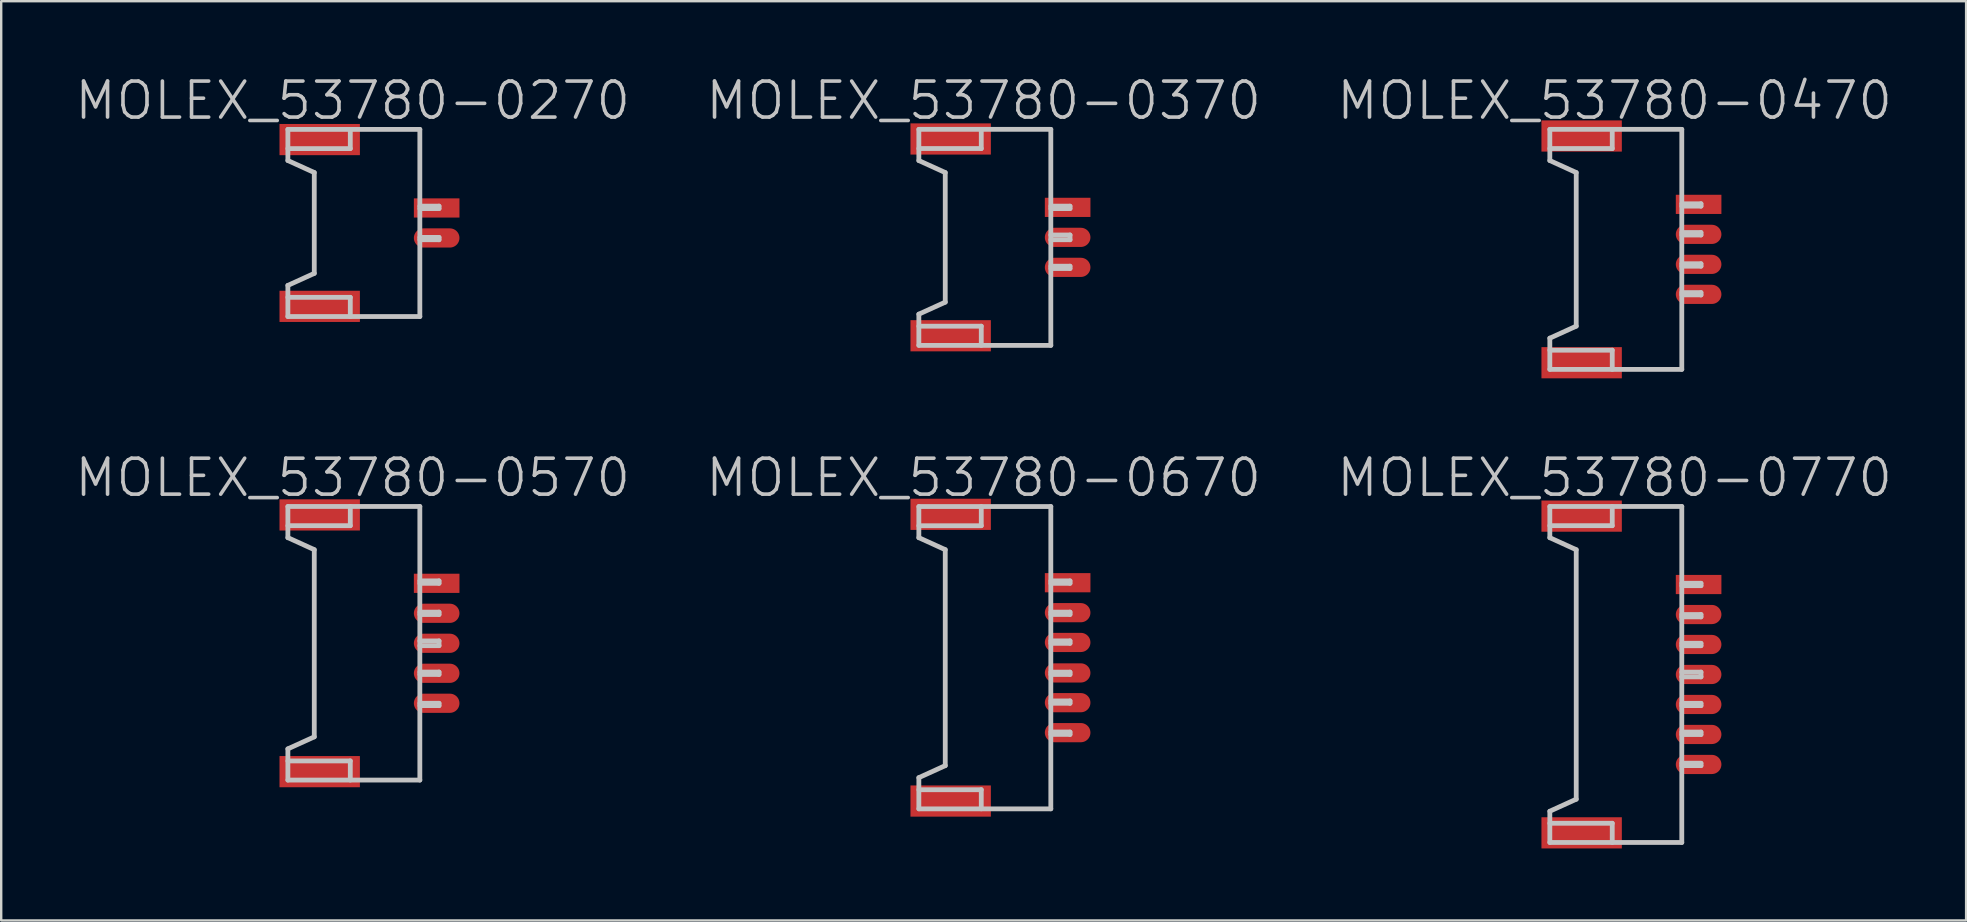
<source format=kicad_pcb>
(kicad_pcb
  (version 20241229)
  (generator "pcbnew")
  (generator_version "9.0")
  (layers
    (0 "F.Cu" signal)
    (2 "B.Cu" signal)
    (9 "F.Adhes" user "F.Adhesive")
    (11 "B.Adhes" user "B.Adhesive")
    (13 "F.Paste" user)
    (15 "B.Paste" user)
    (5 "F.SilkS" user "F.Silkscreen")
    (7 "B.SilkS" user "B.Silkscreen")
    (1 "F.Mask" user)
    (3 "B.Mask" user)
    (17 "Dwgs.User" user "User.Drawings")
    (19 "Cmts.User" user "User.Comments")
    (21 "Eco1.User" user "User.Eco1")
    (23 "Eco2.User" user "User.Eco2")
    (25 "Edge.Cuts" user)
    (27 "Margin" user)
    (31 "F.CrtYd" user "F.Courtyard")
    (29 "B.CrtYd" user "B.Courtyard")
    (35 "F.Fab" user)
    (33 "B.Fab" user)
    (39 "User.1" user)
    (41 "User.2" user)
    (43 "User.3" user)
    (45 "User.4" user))
  (footprint "MOLEX_53780-0570"
    (layer "F.Cu")
    (at 11.646 23.756)
    (property "Reference" "MOLEX_53780-0570" (at 0 -6.9 180) (layer "Dwgs.User") (effects (font (size 1.5 1.5) (thickness 0.15))))
    (attr smd)
    (fp_line (start -2.7 -4.402) (end -1.6 -3.901) (stroke (width 0.2) (type solid)) (layer "Dwgs.User"))
    (fp_line (start -2.7 -4.399) (end -2.7 -5.697) (stroke (width 0.2) (type solid)) (layer "Dwgs.User"))
    (fp_line (start -2.7 4.402) (end -2.7 5.7) (stroke (width 0.2) (type solid)) (layer "Dwgs.User"))
    (fp_line (start -1.6 3.899) (end -2.7 4.399) (stroke (width 0.2) (type solid)) (layer "Dwgs.User"))
    (fp_line (start -1.6 3.899) (end -1.6 -3.899) (stroke (width 0.2) (type solid)) (layer "Dwgs.User"))
    (fp_line (start -0.099 -5.7) (end -0.099 -4.9) (stroke (width 0.2) (type solid)) (layer "Dwgs.User"))
    (fp_line (start -0.099 -4.9) (end -2.7 -4.9) (stroke (width 0.2) (type solid)) (layer "Dwgs.User"))
    (fp_line (start -0.099 4.902) (end -2.7 4.902) (stroke (width 0.2) (type solid)) (layer "Dwgs.User"))
    (fp_line (start -0.099 5.7) (end -0.099 4.9) (stroke (width 0.2) (type solid)) (layer "Dwgs.User"))
    (fp_line (start 2.799 -5.7) (end -2.7 -5.7) (stroke (width 0.2) (type solid)) (layer "Dwgs.User"))
    (fp_line (start 2.799 -5.7) (end 2.799 5.7) (stroke (width 0.2) (type solid)) (layer "Dwgs.User"))
    (fp_line (start 2.799 -2.601) (end 3.599 -2.601) (stroke (width 0.2) (type solid)) (layer "Dwgs.User"))
    (fp_line (start 2.799 -1.298) (end 3.599 -1.298) (stroke (width 0.2) (type solid)) (layer "Dwgs.User"))
    (fp_line (start 2.799 1.3) (end 3.599 1.3) (stroke (width 0.2) (type solid)) (layer "Dwgs.User"))
    (fp_line (start 2.799 2.499) (end 3.599 2.499) (stroke (width 0.2) (type solid)) (layer "Dwgs.User"))
    (fp_line (start 2.799 5.7) (end -2.7 5.7) (stroke (width 0.2) (type solid)) (layer "Dwgs.User"))
    (fp_line (start 3.599 -2.601) (end 3.599 -2.499) (stroke (width 0.2) (type solid)) (layer "Dwgs.User"))
    (fp_line (start 3.599 -2.499) (end 2.799 -2.499) (stroke (width 0.2) (type solid)) (layer "Dwgs.User"))
    (fp_line (start 3.599 -1.3) (end 3.599 -1.199) (stroke (width 0.2) (type solid)) (layer "Dwgs.User"))
    (fp_line (start 3.599 -1.199) (end 2.799 -1.199) (stroke (width 0.2) (type solid)) (layer "Dwgs.User"))
    (fp_line (start 3.599 -0.099) (end 2.799 -0.099) (stroke (width 0.2) (type solid)) (layer "Dwgs.User"))
    (fp_line (start 3.599 -0.099) (end 3.599 0.099) (stroke (width 0.2) (type solid)) (layer "Dwgs.User"))
    (fp_line (start 3.599 0.099) (end 2.799 0.099) (stroke (width 0.2) (type solid)) (layer "Dwgs.User"))
    (fp_line (start 3.599 1.199) (end 2.799 1.199) (stroke (width 0.2) (type solid)) (layer "Dwgs.User"))
    (fp_line (start 3.599 1.3) (end 3.599 1.199) (stroke (width 0.2) (type solid)) (layer "Dwgs.User"))
    (fp_line (start 3.599 2.502) (end 3.599 2.601) (stroke (width 0.2) (type solid)) (layer "Dwgs.User"))
    (fp_line (start 3.599 2.598) (end 2.799 2.598) (stroke (width 0.2) (type solid)) (layer "Dwgs.User"))
    (pad "" smd rect (at -1.374 -5.349 270) (size 1.3 3.35) (layers "F.Cu" "F.Mask" "F.Paste"))
    (pad "" smd rect (at -1.374 5.349 270) (size 1.3 3.35) (layers "F.Cu" "F.Mask" "F.Paste"))
    (pad "1" smd rect (at 3.5 -2.499 270) (size 0.8 1.9) (layers "F.Cu" "F.Mask" "F.Paste"))
    (pad "2" smd oval (at 3.5 -1.25 270) (size 0.8 1.9) (layers "F.Cu" "F.Mask" "F.Paste"))
    (pad "3" smd oval (at 3.5 0 270) (size 0.8 1.9) (layers "F.Cu" "F.Mask" "F.Paste"))
    (pad "4" smd oval (at 3.5 1.25 270) (size 0.8 1.9) (layers "F.Cu" "F.Mask" "F.Paste"))
    (pad "5" smd oval (at 3.5 2.499 270) (size 0.8 1.9) (layers "F.Cu" "F.Mask" "F.Paste")))
  (footprint "MOLEX_53780-0770"
    (layer "F.Cu")
    (at 64.232 25.056)
    (property "Reference" "MOLEX_53780-0770" (at 0 -8.2 180) (layer "Dwgs.User") (effects (font (size 1.5 1.5) (thickness 0.15))))
    (attr smd)
    (fp_line (start -2.7 -5.7) (end -2.7 -6.998) (stroke (width 0.2) (type solid)) (layer "Dwgs.User"))
    (fp_line (start -2.7 -5.7) (end -1.6 -5.199) (stroke (width 0.2) (type solid)) (layer "Dwgs.User"))
    (fp_line (start -2.7 5.702) (end -2.7 7) (stroke (width 0.2) (type solid)) (layer "Dwgs.User"))
    (fp_line (start -1.6 -5.199) (end -1.6 5.199) (stroke (width 0.2) (type solid)) (layer "Dwgs.User"))
    (fp_line (start -1.6 5.197) (end -2.7 5.697) (stroke (width 0.2) (type solid)) (layer "Dwgs.User"))
    (fp_line (start -0.099 -7) (end -0.099 -6.2) (stroke (width 0.2) (type solid)) (layer "Dwgs.User"))
    (fp_line (start -0.099 -6.2) (end -2.7 -6.2) (stroke (width 0.2) (type solid)) (layer "Dwgs.User"))
    (fp_line (start -0.099 6.2) (end -2.7 6.2) (stroke (width 0.2) (type solid)) (layer "Dwgs.User"))
    (fp_line (start -0.099 7) (end -0.099 6.2) (stroke (width 0.2) (type solid)) (layer "Dwgs.User"))
    (fp_line (start 2.799 -7) (end -2.7 -7) (stroke (width 0.2) (type solid)) (layer "Dwgs.User"))
    (fp_line (start 2.799 -7) (end 2.799 7) (stroke (width 0.2) (type solid)) (layer "Dwgs.User"))
    (fp_line (start 2.799 -3.8) (end 3.599 -3.8) (stroke (width 0.2) (type solid)) (layer "Dwgs.User"))
    (fp_line (start 2.799 -2.497) (end 3.599 -2.497) (stroke (width 0.2) (type solid)) (layer "Dwgs.User"))
    (fp_line (start 2.799 -0.099) (end 3.599 -0.099) (stroke (width 0.2) (type solid)) (layer "Dwgs.User"))
    (fp_line (start 2.799 1.201) (end 3.599 1.201) (stroke (width 0.2) (type solid)) (layer "Dwgs.User"))
    (fp_line (start 2.799 2.502) (end 3.599 2.502) (stroke (width 0.2) (type solid)) (layer "Dwgs.User"))
    (fp_line (start 2.799 3.797) (end 3.599 3.797) (stroke (width 0.2) (type solid)) (layer "Dwgs.User"))
    (fp_line (start 2.799 7) (end -2.7 7) (stroke (width 0.2) (type solid)) (layer "Dwgs.User"))
    (fp_line (start 3.599 -3.802) (end 3.599 -3.701) (stroke (width 0.2) (type solid)) (layer "Dwgs.User"))
    (fp_line (start 3.599 -3.701) (end 2.799 -3.701) (stroke (width 0.2) (type solid)) (layer "Dwgs.User"))
    (fp_line (start 3.599 -2.502) (end 3.599 -2.4) (stroke (width 0.2) (type solid)) (layer "Dwgs.User"))
    (fp_line (start 3.599 -2.4) (end 2.799 -2.4) (stroke (width 0.2) (type solid)) (layer "Dwgs.User"))
    (fp_line (start 3.599 -1.3) (end 2.799 -1.3) (stroke (width 0.2) (type solid)) (layer "Dwgs.User"))
    (fp_line (start 3.599 -1.199) (end 2.799 -1.199) (stroke (width 0.2) (type solid)) (layer "Dwgs.User"))
    (fp_line (start 3.599 -1.199) (end 3.599 -1.3) (stroke (width 0.2) (type solid)) (layer "Dwgs.User"))
    (fp_line (start 3.599 -0.099) (end 3.599 0.099) (stroke (width 0.2) (type solid)) (layer "Dwgs.User"))
    (fp_line (start 3.599 0.099) (end 2.799 0.099) (stroke (width 0.2) (type solid)) (layer "Dwgs.User"))
    (fp_line (start 3.599 1.201) (end 3.599 1.3) (stroke (width 0.2) (type solid)) (layer "Dwgs.User"))
    (fp_line (start 3.599 1.298) (end 2.799 1.298) (stroke (width 0.2) (type solid)) (layer "Dwgs.User"))
    (fp_line (start 3.599 2.4) (end 2.799 2.4) (stroke (width 0.2) (type solid)) (layer "Dwgs.User"))
    (fp_line (start 3.599 2.502) (end 3.599 2.4) (stroke (width 0.2) (type solid)) (layer "Dwgs.User"))
    (fp_line (start 3.599 3.698) (end 2.799 3.698) (stroke (width 0.2) (type solid)) (layer "Dwgs.User"))
    (fp_line (start 3.599 3.701) (end 3.599 3.8) (stroke (width 0.2) (type solid)) (layer "Dwgs.User"))
    (pad "" smd rect (at -1.374 -6.599 270) (size 1.3 3.35) (layers "F.Cu" "F.Mask" "F.Paste"))
    (pad "" smd rect (at -1.374 6.599 270) (size 1.3 3.35) (layers "F.Cu" "F.Mask" "F.Paste"))
    (pad "1" smd rect (at 3.5 -3.749 270) (size 0.8 1.9) (layers "F.Cu" "F.Mask" "F.Paste"))
    (pad "2" smd oval (at 3.5 -2.499 270) (size 0.8 1.9) (layers "F.Cu" "F.Mask" "F.Paste"))
    (pad "3" smd oval (at 3.5 -1.25 270) (size 0.8 1.9) (layers "F.Cu" "F.Mask" "F.Paste"))
    (pad "4" smd oval (at 3.5 0 270) (size 0.8 1.9) (layers "F.Cu" "F.Mask" "F.Paste"))
    (pad "5" smd oval (at 3.5 1.25 270) (size 0.8 1.9) (layers "F.Cu" "F.Mask" "F.Paste"))
    (pad "6" smd oval (at 3.5 2.499 270) (size 0.8 1.9) (layers "F.Cu" "F.Mask" "F.Paste"))
    (pad "7" smd oval (at 3.5 3.749 270) (size 0.8 1.9) (layers "F.Cu" "F.Mask" "F.Paste")))
  (footprint "MOLEX_53780-0270"
    (layer "F.Cu")
    (at 11.646 6.241)
    (property "Reference" "MOLEX_53780-0270" (at 0 -5.1 180) (layer "Dwgs.User") (effects (font (size 1.5 1.5) (thickness 0.15))))
    (attr smd)
    (fp_line (start -2.7 -3.899) (end 2.799 -3.899) (stroke (width 0.2) (type solid)) (layer "Dwgs.User"))
    (fp_line (start -2.7 -2.601) (end -2.7 -3.899) (stroke (width 0.2) (type solid)) (layer "Dwgs.User"))
    (fp_line (start -2.7 -2.601) (end -1.6 -2.101) (stroke (width 0.2) (type solid)) (layer "Dwgs.User"))
    (fp_line (start -2.7 2.601) (end -2.7 3.899) (stroke (width 0.2) (type solid)) (layer "Dwgs.User"))
    (fp_line (start -1.6 -2.101) (end -1.6 2.101) (stroke (width 0.2) (type solid)) (layer "Dwgs.User"))
    (fp_line (start -1.6 2.101) (end -2.7 2.601) (stroke (width 0.2) (type solid)) (layer "Dwgs.User"))
    (fp_line (start -0.099 -3.899) (end -0.099 -3.099) (stroke (width 0.2) (type solid)) (layer "Dwgs.User"))
    (fp_line (start -0.099 -3.099) (end -2.7 -3.099) (stroke (width 0.2) (type solid)) (layer "Dwgs.User"))
    (fp_line (start -0.099 3.099) (end -2.7 3.099) (stroke (width 0.2) (type solid)) (layer "Dwgs.User"))
    (fp_line (start -0.099 3.899) (end -0.099 3.099) (stroke (width 0.2) (type solid)) (layer "Dwgs.User"))
    (fp_line (start 2.799 -3.899) (end 2.799 3.899) (stroke (width 0.2) (type solid)) (layer "Dwgs.User"))
    (fp_line (start 2.799 -0.701) (end 3.599 -0.701) (stroke (width 0.2) (type solid)) (layer "Dwgs.User"))
    (fp_line (start 2.799 0.602) (end 3.599 0.602) (stroke (width 0.2) (type solid)) (layer "Dwgs.User"))
    (fp_line (start 2.799 3.899) (end -2.7 3.899) (stroke (width 0.2) (type solid)) (layer "Dwgs.User"))
    (fp_line (start 3.599 -0.701) (end 3.599 -0.599) (stroke (width 0.2) (type solid)) (layer "Dwgs.User"))
    (fp_line (start 3.599 -0.599) (end 2.799 -0.599) (stroke (width 0.2) (type solid)) (layer "Dwgs.User"))
    (fp_line (start 3.599 0.602) (end 3.599 0.701) (stroke (width 0.2) (type solid)) (layer "Dwgs.User"))
    (fp_line (start 3.599 0.699) (end 2.799 0.699) (stroke (width 0.2) (type solid)) (layer "Dwgs.User"))
    (pad "" smd rect (at -1.374 -3.475 270) (size 1.3 3.35) (layers "F.Cu" "F.Mask" "F.Paste"))
    (pad "" smd rect (at -1.374 3.475 270) (size 1.3 3.35) (layers "F.Cu" "F.Mask" "F.Paste"))
    (pad "1" smd rect (at 3.5 -0.625 270) (size 0.8 1.9) (layers "F.Cu" "F.Mask" "F.Paste"))
    (pad "2" smd oval (at 3.5 0.625 270) (size 0.8 1.9) (layers "F.Cu" "F.Mask" "F.Paste")))
  (footprint "MOLEX_53780-0470"
    (layer "F.Cu")
    (at 64.232 7.341)
    (property "Reference" "MOLEX_53780-0470" (at 0 -6.2 180) (layer "Dwgs.User") (effects (font (size 1.5 1.5) (thickness 0.15))))
    (attr smd)
    (fp_line (start -2.7 -3.701) (end -2.7 -4.999) (stroke (width 0.2) (type solid)) (layer "Dwgs.User"))
    (fp_line (start -2.7 -3.701) (end -1.6 -3.2) (stroke (width 0.2) (type solid)) (layer "Dwgs.User"))
    (fp_line (start -2.7 3.701) (end -2.7 4.999) (stroke (width 0.2) (type solid)) (layer "Dwgs.User"))
    (fp_line (start -2.7 5.001) (end 2.799 5.001) (stroke (width 0.2) (type solid)) (layer "Dwgs.User"))
    (fp_line (start -1.6 -3.2) (end -1.6 3.2) (stroke (width 0.2) (type solid)) (layer "Dwgs.User"))
    (fp_line (start -1.6 3.2) (end -2.7 3.701) (stroke (width 0.2) (type solid)) (layer "Dwgs.User"))
    (fp_line (start -0.099 -4.999) (end -0.099 -4.199) (stroke (width 0.2) (type solid)) (layer "Dwgs.User"))
    (fp_line (start -0.099 -4.201) (end -2.7 -4.201) (stroke (width 0.2) (type solid)) (layer "Dwgs.User"))
    (fp_line (start -0.099 4.201) (end -2.7 4.201) (stroke (width 0.2) (type solid)) (layer "Dwgs.User"))
    (fp_line (start -0.099 5.001) (end -0.099 4.201) (stroke (width 0.2) (type solid)) (layer "Dwgs.User"))
    (fp_line (start 2.799 -5.001) (end -2.7 -5.001) (stroke (width 0.2) (type solid)) (layer "Dwgs.User"))
    (fp_line (start 2.799 -1.9) (end 3.599 -1.9) (stroke (width 0.2) (type solid)) (layer "Dwgs.User"))
    (fp_line (start 2.799 0.701) (end 3.599 0.701) (stroke (width 0.2) (type solid)) (layer "Dwgs.User"))
    (fp_line (start 2.799 1.801) (end 3.599 1.801) (stroke (width 0.2) (type solid)) (layer "Dwgs.User"))
    (fp_line (start 2.799 5.001) (end 2.799 -5.001) (stroke (width 0.2) (type solid)) (layer "Dwgs.User"))
    (fp_line (start 3.599 -1.902) (end 3.599 -1.801) (stroke (width 0.2) (type solid)) (layer "Dwgs.User"))
    (fp_line (start 3.599 -1.801) (end 2.799 -1.801) (stroke (width 0.2) (type solid)) (layer "Dwgs.User"))
    (fp_line (start 3.599 -0.701) (end 2.799 -0.701) (stroke (width 0.2) (type solid)) (layer "Dwgs.User"))
    (fp_line (start 3.599 -0.599) (end 2.799 -0.599) (stroke (width 0.2) (type solid)) (layer "Dwgs.User"))
    (fp_line (start 3.599 -0.599) (end 3.599 -0.701) (stroke (width 0.2) (type solid)) (layer "Dwgs.User"))
    (fp_line (start 3.599 0.599) (end 2.799 0.599) (stroke (width 0.2) (type solid)) (layer "Dwgs.User"))
    (fp_line (start 3.599 0.701) (end 3.599 0.599) (stroke (width 0.2) (type solid)) (layer "Dwgs.User"))
    (fp_line (start 3.599 1.803) (end 3.599 1.902) (stroke (width 0.2) (type solid)) (layer "Dwgs.User"))
    (fp_line (start 3.599 1.897) (end 2.799 1.897) (stroke (width 0.2) (type solid)) (layer "Dwgs.User"))
    (pad "" smd rect (at -1.374 -4.724 270) (size 1.3 3.35) (layers "F.Cu" "F.Mask" "F.Paste"))
    (pad "" smd rect (at -1.374 4.724 270) (size 1.3 3.35) (layers "F.Cu" "F.Mask" "F.Paste"))
    (pad "1" smd rect (at 3.5 -1.875 270) (size 0.8 1.9) (layers "F.Cu" "F.Mask" "F.Paste"))
    (pad "2" smd oval (at 3.5 -0.625 270) (size 0.8 1.9) (layers "F.Cu" "F.Mask" "F.Paste"))
    (pad "3" smd oval (at 3.5 0.625 270) (size 0.8 1.9) (layers "F.Cu" "F.Mask" "F.Paste"))
    (pad "4" smd oval (at 3.5 1.875 270) (size 0.8 1.9) (layers "F.Cu" "F.Mask" "F.Paste")))
  (footprint "MOLEX_53780-0370"
    (layer "F.Cu")
    (at 37.939 6.841)
    (property "Reference" "MOLEX_53780-0370" (at 0 -5.7 180) (layer "Dwgs.User") (effects (font (size 1.5 1.5) (thickness 0.15))))
    (attr smd)
    (fp_line (start -2.7 -4.501) (end 2.799 -4.501) (stroke (width 0.2) (type solid)) (layer "Dwgs.User"))
    (fp_line (start -2.7 -3.2) (end -2.7 -4.498) (stroke (width 0.2) (type solid)) (layer "Dwgs.User"))
    (fp_line (start -2.7 -3.2) (end -1.6 -2.7) (stroke (width 0.2) (type solid)) (layer "Dwgs.User"))
    (fp_line (start -2.7 3.2) (end -2.7 4.498) (stroke (width 0.2) (type solid)) (layer "Dwgs.User"))
    (fp_line (start -1.6 -2.7) (end -1.6 2.7) (stroke (width 0.2) (type solid)) (layer "Dwgs.User"))
    (fp_line (start -1.6 2.7) (end -2.7 3.2) (stroke (width 0.2) (type solid)) (layer "Dwgs.User"))
    (fp_line (start -0.099 -4.498) (end -0.099 -3.698) (stroke (width 0.2) (type solid)) (layer "Dwgs.User"))
    (fp_line (start -0.099 -3.701) (end -2.7 -3.701) (stroke (width 0.2) (type solid)) (layer "Dwgs.User"))
    (fp_line (start -0.099 3.701) (end -2.7 3.701) (stroke (width 0.2) (type solid)) (layer "Dwgs.User"))
    (fp_line (start -0.099 4.501) (end -0.099 3.701) (stroke (width 0.2) (type solid)) (layer "Dwgs.User"))
    (fp_line (start 2.799 -4.501) (end 2.799 4.501) (stroke (width 0.2) (type solid)) (layer "Dwgs.User"))
    (fp_line (start 2.799 -1.3) (end 3.599 -1.3) (stroke (width 0.2) (type solid)) (layer "Dwgs.User"))
    (fp_line (start 2.799 -0.099) (end 3.599 -0.099) (stroke (width 0.2) (type solid)) (layer "Dwgs.User"))
    (fp_line (start 2.799 1.201) (end 3.599 1.201) (stroke (width 0.2) (type solid)) (layer "Dwgs.User"))
    (fp_line (start 2.799 4.501) (end -2.7 4.501) (stroke (width 0.2) (type solid)) (layer "Dwgs.User"))
    (fp_line (start 3.599 -1.3) (end 3.599 -1.199) (stroke (width 0.2) (type solid)) (layer "Dwgs.User"))
    (fp_line (start 3.599 -1.199) (end 2.799 -1.199) (stroke (width 0.2) (type solid)) (layer "Dwgs.User"))
    (fp_line (start 3.599 -0.099) (end 3.599 0.099) (stroke (width 0.2) (type solid)) (layer "Dwgs.User"))
    (fp_line (start 3.599 0.099) (end 2.799 0.099) (stroke (width 0.2) (type solid)) (layer "Dwgs.User"))
    (fp_line (start 3.599 1.201) (end 3.599 1.3) (stroke (width 0.2) (type solid)) (layer "Dwgs.User"))
    (fp_line (start 3.599 1.298) (end 2.799 1.298) (stroke (width 0.2) (type solid)) (layer "Dwgs.User"))
    (pad "" smd rect (at -1.374 -4.1 270) (size 1.3 3.35) (layers "F.Cu" "F.Mask" "F.Paste"))
    (pad "" smd rect (at -1.374 4.1 270) (size 1.3 3.35) (layers "F.Cu" "F.Mask" "F.Paste"))
    (pad "1" smd rect (at 3.5 -1.25 270) (size 0.8 1.9) (layers "F.Cu" "F.Mask" "F.Paste"))
    (pad "2" smd oval (at 3.5 0 270) (size 0.8 1.9) (layers "F.Cu" "F.Mask" "F.Paste"))
    (pad "3" smd oval (at 3.5 1.25 270) (size 0.8 1.9) (layers "F.Cu" "F.Mask" "F.Paste")))
  (footprint "MOLEX_53780-0670"
    (layer "F.Cu")
    (at 37.939 24.356)
    (property "Reference" "MOLEX_53780-0670" (at 0 -7.5 180) (layer "Dwgs.User") (effects (font (size 1.5 1.5) (thickness 0.15))))
    (attr smd)
    (fp_line (start -2.7 -5.001) (end -1.6 -4.501) (stroke (width 0.2) (type solid)) (layer "Dwgs.User"))
    (fp_line (start -2.7 -4.999) (end -2.7 -6.297) (stroke (width 0.2) (type solid)) (layer "Dwgs.User"))
    (fp_line (start -2.7 5.001) (end -2.7 6.299) (stroke (width 0.2) (type solid)) (layer "Dwgs.User"))
    (fp_line (start -1.6 -4.501) (end -1.6 4.501) (stroke (width 0.2) (type solid)) (layer "Dwgs.User"))
    (fp_line (start -1.6 4.498) (end -2.7 4.999) (stroke (width 0.2) (type solid)) (layer "Dwgs.User"))
    (fp_line (start -0.099 -6.299) (end -0.099 -5.499) (stroke (width 0.2) (type solid)) (layer "Dwgs.User"))
    (fp_line (start -0.099 -5.499) (end -2.7 -5.499) (stroke (width 0.2) (type solid)) (layer "Dwgs.User"))
    (fp_line (start -0.099 5.502) (end -2.7 5.502) (stroke (width 0.2) (type solid)) (layer "Dwgs.User"))
    (fp_line (start -0.099 6.299) (end -0.099 5.499) (stroke (width 0.2) (type solid)) (layer "Dwgs.User"))
    (fp_line (start 2.799 -6.299) (end -2.7 -6.299) (stroke (width 0.2) (type solid)) (layer "Dwgs.User"))
    (fp_line (start 2.799 -3.2) (end 3.599 -3.2) (stroke (width 0.2) (type solid)) (layer "Dwgs.User"))
    (fp_line (start 2.799 -1.897) (end 3.599 -1.897) (stroke (width 0.2) (type solid)) (layer "Dwgs.User"))
    (fp_line (start 2.799 0.602) (end 3.599 0.602) (stroke (width 0.2) (type solid)) (layer "Dwgs.User"))
    (fp_line (start 2.799 1.9) (end 3.599 1.9) (stroke (width 0.2) (type solid)) (layer "Dwgs.User"))
    (fp_line (start 2.799 3.198) (end 3.599 3.198) (stroke (width 0.2) (type solid)) (layer "Dwgs.User"))
    (fp_line (start 2.799 6.299) (end -2.7 6.299) (stroke (width 0.2) (type solid)) (layer "Dwgs.User"))
    (fp_line (start 2.799 6.299) (end 2.799 -6.299) (stroke (width 0.2) (type solid)) (layer "Dwgs.User"))
    (fp_line (start 3.599 -3.2) (end 3.599 -3.099) (stroke (width 0.2) (type solid)) (layer "Dwgs.User"))
    (fp_line (start 3.599 -3.099) (end 2.799 -3.099) (stroke (width 0.2) (type solid)) (layer "Dwgs.User"))
    (fp_line (start 3.599 -1.902) (end 3.599 -1.801) (stroke (width 0.2) (type solid)) (layer "Dwgs.User"))
    (fp_line (start 3.599 -1.801) (end 2.799 -1.801) (stroke (width 0.2) (type solid)) (layer "Dwgs.User"))
    (fp_line (start 3.599 -0.701) (end 2.799 -0.701) (stroke (width 0.2) (type solid)) (layer "Dwgs.User"))
    (fp_line (start 3.599 -0.599) (end 2.799 -0.599) (stroke (width 0.2) (type solid)) (layer "Dwgs.User"))
    (fp_line (start 3.599 -0.599) (end 3.599 -0.701) (stroke (width 0.2) (type solid)) (layer "Dwgs.User"))
    (fp_line (start 3.599 0.602) (end 3.599 0.701) (stroke (width 0.2) (type solid)) (layer "Dwgs.User"))
    (fp_line (start 3.599 0.699) (end 2.799 0.699) (stroke (width 0.2) (type solid)) (layer "Dwgs.User"))
    (fp_line (start 3.599 1.801) (end 2.799 1.801) (stroke (width 0.2) (type solid)) (layer "Dwgs.User"))
    (fp_line (start 3.599 1.902) (end 3.599 1.801) (stroke (width 0.2) (type solid)) (layer "Dwgs.User"))
    (fp_line (start 3.599 3.096) (end 2.799 3.096) (stroke (width 0.2) (type solid)) (layer "Dwgs.User"))
    (fp_line (start 3.599 3.101) (end 3.599 3.2) (stroke (width 0.2) (type solid)) (layer "Dwgs.User"))
    (pad "" smd rect (at -1.374 -5.974 270) (size 1.3 3.35) (layers "F.Cu" "F.Mask" "F.Paste"))
    (pad "" smd rect (at -1.374 5.974 270) (size 1.3 3.35) (layers "F.Cu" "F.Mask" "F.Paste"))
    (pad "1" smd rect (at 3.5 -3.124 270) (size 0.8 1.9) (layers "F.Cu" "F.Mask" "F.Paste"))
    (pad "2" smd oval (at 3.5 -1.875 270) (size 0.8 1.9) (layers "F.Cu" "F.Mask" "F.Paste"))
    (pad "3" smd oval (at 3.5 -0.635 270) (size 0.8 1.9) (layers "F.Cu" "F.Mask" "F.Paste"))
    (pad "4" smd oval (at 3.5 0.635 270) (size 0.8 1.9) (layers "F.Cu" "F.Mask" "F.Paste"))
    (pad "5" smd oval (at 3.5 1.875 270) (size 0.8 1.9) (layers "F.Cu" "F.Mask" "F.Paste"))
    (pad "6" smd oval (at 3.5 3.124 270) (size 0.8 1.9) (layers "F.Cu" "F.Mask" "F.Paste")))
  (gr_rect
    (start -3 -3)
    (end 78.879 35.305)
    (stroke (width 0.1) (type default))
    (fill no)
    (layer "Edge.Cuts")))
</source>
